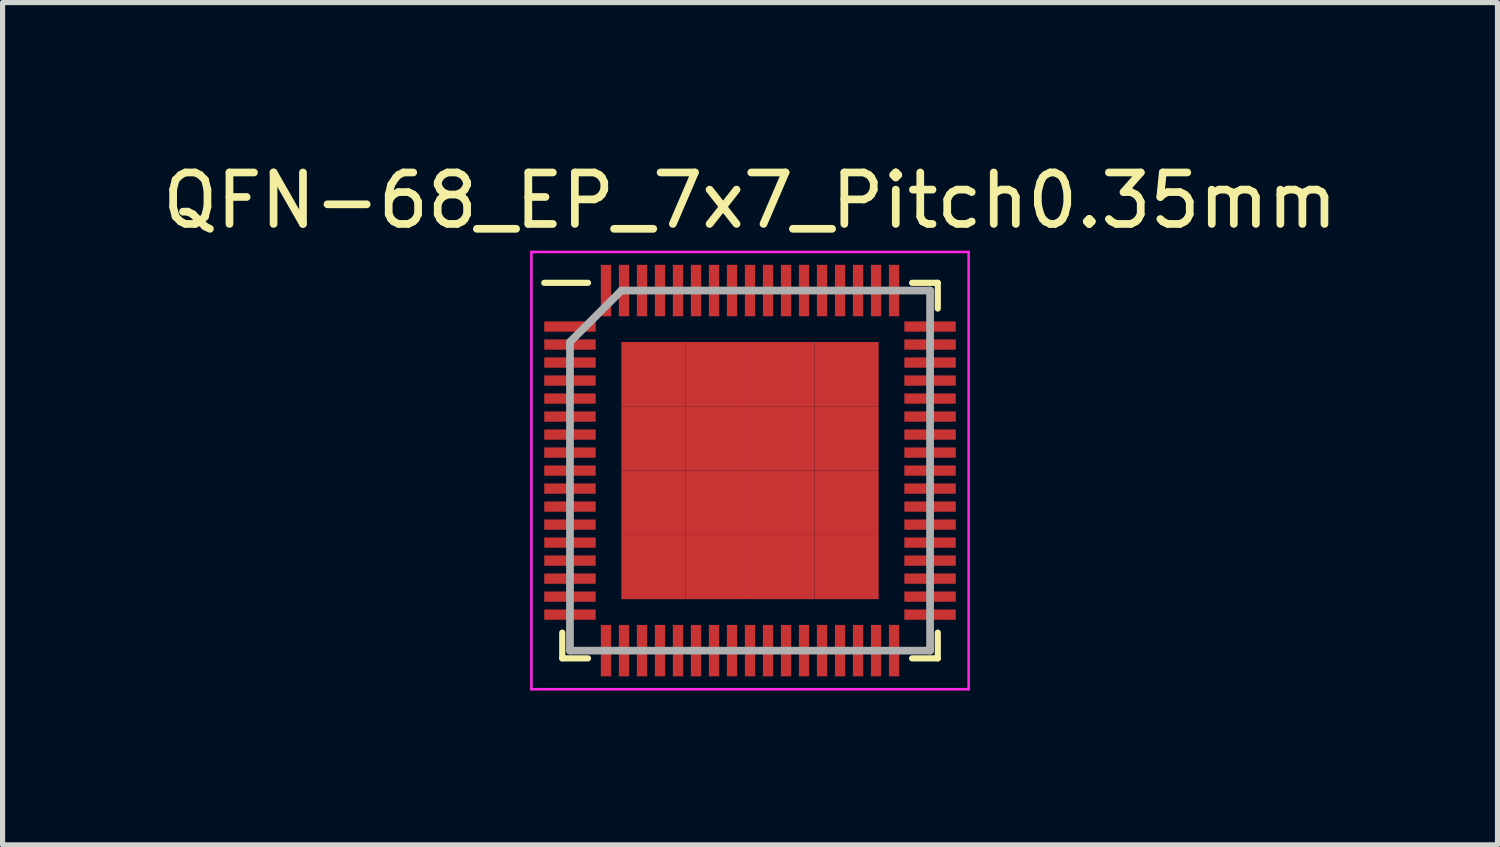
<source format=kicad_pcb>
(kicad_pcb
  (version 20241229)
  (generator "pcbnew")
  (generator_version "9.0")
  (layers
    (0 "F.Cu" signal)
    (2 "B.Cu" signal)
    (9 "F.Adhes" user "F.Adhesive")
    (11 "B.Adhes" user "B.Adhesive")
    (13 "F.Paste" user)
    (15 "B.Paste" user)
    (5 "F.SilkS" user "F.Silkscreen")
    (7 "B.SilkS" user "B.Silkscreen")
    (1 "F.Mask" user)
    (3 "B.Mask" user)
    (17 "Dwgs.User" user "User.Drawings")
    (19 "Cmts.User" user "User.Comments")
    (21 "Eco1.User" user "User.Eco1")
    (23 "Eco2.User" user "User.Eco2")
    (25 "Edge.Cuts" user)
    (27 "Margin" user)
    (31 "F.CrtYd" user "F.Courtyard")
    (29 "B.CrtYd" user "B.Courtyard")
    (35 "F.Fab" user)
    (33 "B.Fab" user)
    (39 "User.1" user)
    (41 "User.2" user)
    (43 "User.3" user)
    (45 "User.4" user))
  (footprint "QFN-68_EP_7x7_Pitch0.35mm"
    (layer "F.Cu")
    (at 11.53 6.098)
    (property "Reference" "QFN-68_EP_7x7_Pitch0.35mm" (at 0 -5.25 0) (layer "F.SilkS") (effects (font (size 1 1) (thickness 0.15))))
    (attr smd)
    (fp_line (start -3.65 3.65) (end -3.65 3.15) (stroke (width 0.12) (type solid)) (layer "F.SilkS"))
    (fp_line (start -3.15 -3.65) (end -4 -3.65) (stroke (width 0.12) (type solid)) (layer "F.SilkS"))
    (fp_line (start -3.15 3.65) (end -3.65 3.65) (stroke (width 0.12) (type solid)) (layer "F.SilkS"))
    (fp_line (start 3.15 -3.65) (end 3.65 -3.65) (stroke (width 0.12) (type solid)) (layer "F.SilkS"))
    (fp_line (start 3.15 3.65) (end 3.65 3.65) (stroke (width 0.12) (type solid)) (layer "F.SilkS"))
    (fp_line (start 3.65 -3.65) (end 3.65 -3.15) (stroke (width 0.12) (type solid)) (layer "F.SilkS"))
    (fp_line (start 3.65 3.65) (end 3.65 3.15) (stroke (width 0.12) (type solid)) (layer "F.SilkS"))
    (fp_line (start -4.25 -4.25) (end 4.25 -4.25) (stroke (width 0.05) (type solid)) (layer "F.CrtYd"))
    (fp_line (start -4.25 4.25) (end -4.25 -4.25) (stroke (width 0.05) (type solid)) (layer "F.CrtYd"))
    (fp_line (start 4.25 -4.25) (end 4.25 4.25) (stroke (width 0.05) (type solid)) (layer "F.CrtYd"))
    (fp_line (start 4.25 4.25) (end -4.25 4.25) (stroke (width 0.05) (type solid)) (layer "F.CrtYd"))
    (fp_line (start -3.5 -2.5) (end -3.5 3.5) (stroke (width 0.15) (type solid)) (layer "F.Fab"))
    (fp_line (start -3.5 3.5) (end 3.5 3.5) (stroke (width 0.15) (type solid)) (layer "F.Fab"))
    (fp_line (start -2.5 -3.5) (end -3.5 -2.5) (stroke (width 0.15) (type solid)) (layer "F.Fab"))
    (fp_line (start 3.5 -3.5) (end -2.5 -3.5) (stroke (width 0.15) (type solid)) (layer "F.Fab"))
    (fp_line (start 3.5 3.5) (end 3.5 -3.5) (stroke (width 0.15) (type solid)) (layer "F.Fab"))
    (pad "1" smd rect (at -3.5 -2.8 90) (size 0.2 1) (layers "F.Cu" "F.Mask" "F.Paste"))
    (pad "2" smd rect (at -3.5 -2.45 90) (size 0.2 1) (layers "F.Cu" "F.Mask" "F.Paste"))
    (pad "3" smd rect (at -3.5 -2.1 90) (size 0.2 1) (layers "F.Cu" "F.Mask" "F.Paste"))
    (pad "4" smd rect (at -3.5 -1.75 90) (size 0.2 1) (layers "F.Cu" "F.Mask" "F.Paste"))
    (pad "5" smd rect (at -3.5 -1.4 90) (size 0.2 1) (layers "F.Cu" "F.Mask" "F.Paste"))
    (pad "6" smd rect (at -3.5 -1.05 90) (size 0.2 1) (layers "F.Cu" "F.Mask" "F.Paste"))
    (pad "7" smd rect (at -3.5 -0.7 90) (size 0.2 1) (layers "F.Cu" "F.Mask" "F.Paste"))
    (pad "8" smd rect (at -3.5 -0.35 90) (size 0.2 1) (layers "F.Cu" "F.Mask" "F.Paste"))
    (pad "9" smd rect (at -3.5 0 90) (size 0.2 1) (layers "F.Cu" "F.Mask" "F.Paste"))
    (pad "10" smd rect (at -3.5 0.35 90) (size 0.2 1) (layers "F.Cu" "F.Mask" "F.Paste"))
    (pad "11" smd rect (at -3.5 0.7 90) (size 0.2 1) (layers "F.Cu" "F.Mask" "F.Paste"))
    (pad "12" smd rect (at -3.5 1.05 90) (size 0.2 1) (layers "F.Cu" "F.Mask" "F.Paste"))
    (pad "13" smd rect (at -3.5 1.4 90) (size 0.2 1) (layers "F.Cu" "F.Mask" "F.Paste"))
    (pad "14" smd rect (at -3.5 1.75 90) (size 0.2 1) (layers "F.Cu" "F.Mask" "F.Paste"))
    (pad "15" smd rect (at -3.5 2.1 90) (size 0.2 1) (layers "F.Cu" "F.Mask" "F.Paste"))
    (pad "16" smd rect (at -3.5 2.45 90) (size 0.2 1) (layers "F.Cu" "F.Mask" "F.Paste"))
    (pad "17" smd rect (at -3.5 2.8 90) (size 0.2 1) (layers "F.Cu" "F.Mask" "F.Paste"))
    (pad "18" smd rect (at -2.8 3.5) (size 0.2 1) (layers "F.Cu" "F.Mask" "F.Paste"))
    (pad "19" smd rect (at -2.45 3.5) (size 0.2 1) (layers "F.Cu" "F.Mask" "F.Paste"))
    (pad "20" smd rect (at -2.1 3.5) (size 0.2 1) (layers "F.Cu" "F.Mask" "F.Paste"))
    (pad "21" smd rect (at -1.75 3.5) (size 0.2 1) (layers "F.Cu" "F.Mask" "F.Paste"))
    (pad "22" smd rect (at -1.4 3.5) (size 0.2 1) (layers "F.Cu" "F.Mask" "F.Paste"))
    (pad "23" smd rect (at -1.05 3.5) (size 0.2 1) (layers "F.Cu" "F.Mask" "F.Paste"))
    (pad "24" smd rect (at -0.7 3.5) (size 0.2 1) (layers "F.Cu" "F.Mask" "F.Paste"))
    (pad "25" smd rect (at -0.35 3.5) (size 0.2 1) (layers "F.Cu" "F.Mask" "F.Paste"))
    (pad "26" smd rect (at 0 3.5) (size 0.2 1) (layers "F.Cu" "F.Mask" "F.Paste"))
    (pad "27" smd rect (at 0.35 3.5) (size 0.2 1) (layers "F.Cu" "F.Mask" "F.Paste"))
    (pad "28" smd rect (at 0.7 3.5) (size 0.2 1) (layers "F.Cu" "F.Mask" "F.Paste"))
    (pad "29" smd rect (at 1.05 3.5) (size 0.2 1) (layers "F.Cu" "F.Mask" "F.Paste"))
    (pad "30" smd rect (at 1.4 3.5) (size 0.2 1) (layers "F.Cu" "F.Mask" "F.Paste"))
    (pad "31" smd rect (at 1.75 3.5) (size 0.2 1) (layers "F.Cu" "F.Mask" "F.Paste"))
    (pad "32" smd rect (at 2.1 3.5) (size 0.2 1) (layers "F.Cu" "F.Mask" "F.Paste"))
    (pad "33" smd rect (at 2.45 3.5) (size 0.2 1) (layers "F.Cu" "F.Mask" "F.Paste"))
    (pad "34" smd rect (at 2.8 3.5) (size 0.2 1) (layers "F.Cu" "F.Mask" "F.Paste"))
    (pad "35" smd rect (at 3.5 2.8 90) (size 0.2 1) (layers "F.Cu" "F.Mask" "F.Paste"))
    (pad "36" smd rect (at 3.5 2.45 90) (size 0.2 1) (layers "F.Cu" "F.Mask" "F.Paste"))
    (pad "37" smd rect (at 3.5 2.1 90) (size 0.2 1) (layers "F.Cu" "F.Mask" "F.Paste"))
    (pad "38" smd rect (at 3.5 1.75 90) (size 0.2 1) (layers "F.Cu" "F.Mask" "F.Paste"))
    (pad "39" smd rect (at 3.5 1.4 90) (size 0.2 1) (layers "F.Cu" "F.Mask" "F.Paste"))
    (pad "40" smd rect (at 3.5 1.05 90) (size 0.2 1) (layers "F.Cu" "F.Mask" "F.Paste"))
    (pad "41" smd rect (at 3.5 0.7 90) (size 0.2 1) (layers "F.Cu" "F.Mask" "F.Paste"))
    (pad "42" smd rect (at 3.5 0.35 90) (size 0.2 1) (layers "F.Cu" "F.Mask" "F.Paste"))
    (pad "43" smd rect (at 3.5 0 90) (size 0.2 1) (layers "F.Cu" "F.Mask" "F.Paste"))
    (pad "44" smd rect (at 3.5 -0.35 90) (size 0.2 1) (layers "F.Cu" "F.Mask" "F.Paste"))
    (pad "45" smd rect (at 3.5 -0.7 90) (size 0.2 1) (layers "F.Cu" "F.Mask" "F.Paste"))
    (pad "46" smd rect (at 3.5 -1.05 90) (size 0.2 1) (layers "F.Cu" "F.Mask" "F.Paste"))
    (pad "47" smd rect (at 3.5 -1.4 90) (size 0.2 1) (layers "F.Cu" "F.Mask" "F.Paste"))
    (pad "48" smd rect (at 3.5 -1.75 90) (size 0.2 1) (layers "F.Cu" "F.Mask" "F.Paste"))
    (pad "49" smd rect (at 3.5 -2.1 90) (size 0.2 1) (layers "F.Cu" "F.Mask" "F.Paste"))
    (pad "50" smd rect (at 3.5 -2.45 90) (size 0.2 1) (layers "F.Cu" "F.Mask" "F.Paste"))
    (pad "51" smd rect (at 3.5 -2.8 90) (size 0.2 1) (layers "F.Cu" "F.Mask" "F.Paste"))
    (pad "52" smd rect (at 2.8 -3.5) (size 0.2 1) (layers "F.Cu" "F.Mask" "F.Paste"))
    (pad "53" smd rect (at 2.45 -3.5) (size 0.2 1) (layers "F.Cu" "F.Mask" "F.Paste"))
    (pad "54" smd rect (at 2.1 -3.5) (size 0.2 1) (layers "F.Cu" "F.Mask" "F.Paste"))
    (pad "55" smd rect (at 1.75 -3.5) (size 0.2 1) (layers "F.Cu" "F.Mask" "F.Paste"))
    (pad "56" smd rect (at 1.4 -3.5) (size 0.2 1) (layers "F.Cu" "F.Mask" "F.Paste"))
    (pad "57" smd rect (at 1.05 -3.5) (size 0.2 1) (layers "F.Cu" "F.Mask" "F.Paste"))
    (pad "58" smd rect (at 0.7 -3.5) (size 0.2 1) (layers "F.Cu" "F.Mask" "F.Paste"))
    (pad "59" smd rect (at 0.35 -3.5) (size 0.2 1) (layers "F.Cu" "F.Mask" "F.Paste"))
    (pad "60" smd rect (at 0 -3.5) (size 0.2 1) (layers "F.Cu" "F.Mask" "F.Paste"))
    (pad "61" smd rect (at -0.35 -3.5) (size 0.2 1) (layers "F.Cu" "F.Mask" "F.Paste"))
    (pad "62" smd rect (at -0.7 -3.5) (size 0.2 1) (layers "F.Cu" "F.Mask" "F.Paste"))
    (pad "63" smd rect (at -1.05 -3.5) (size 0.2 1) (layers "F.Cu" "F.Mask" "F.Paste"))
    (pad "64" smd rect (at -1.4 -3.5) (size 0.2 1) (layers "F.Cu" "F.Mask" "F.Paste"))
    (pad "65" smd rect (at -1.75 -3.5) (size 0.2 1) (layers "F.Cu" "F.Mask" "F.Paste"))
    (pad "66" smd rect (at -2.1 -3.5) (size 0.2 1) (layers "F.Cu" "F.Mask" "F.Paste"))
    (pad "67" smd rect (at -2.45 -3.5) (size 0.2 1) (layers "F.Cu" "F.Mask" "F.Paste"))
    (pad "68" smd rect (at -2.8 -3.5) (size 0.2 1) (layers "F.Cu" "F.Mask" "F.Paste"))
    (pad "69" smd rect (at -1.875 -1.875) (size 1.25 1.25) (layers "F.Cu" "F.Mask" "F.Paste"))
    (pad "69" smd rect (at -1.875 -0.625) (size 1.25 1.25) (layers "F.Cu" "F.Mask" "F.Paste"))
    (pad "69" smd rect (at -1.875 0.625) (size 1.25 1.25) (layers "F.Cu" "F.Mask" "F.Paste"))
    (pad "69" smd rect (at -1.875 1.875) (size 1.25 1.25) (layers "F.Cu" "F.Mask" "F.Paste"))
    (pad "69" smd rect (at -0.625 -1.875) (size 1.25 1.25) (layers "F.Cu" "F.Mask" "F.Paste"))
    (pad "69" smd rect (at -0.625 -0.625) (size 1.25 1.25) (layers "F.Cu" "F.Mask" "F.Paste"))
    (pad "69" smd rect (at -0.625 0.625) (size 1.25 1.25) (layers "F.Cu" "F.Mask" "F.Paste"))
    (pad "69" smd rect (at -0.625 1.875) (size 1.25 1.25) (layers "F.Cu" "F.Mask" "F.Paste"))
    (pad "69" smd rect (at 0.625 -1.875) (size 1.25 1.25) (layers "F.Cu" "F.Mask" "F.Paste"))
    (pad "69" smd rect (at 0.625 -0.625) (size 1.25 1.25) (layers "F.Cu" "F.Mask" "F.Paste"))
    (pad "69" smd rect (at 0.625 0.625) (size 1.25 1.25) (layers "F.Cu" "F.Mask" "F.Paste"))
    (pad "69" smd rect (at 0.625 1.875) (size 1.25 1.25) (layers "F.Cu" "F.Mask" "F.Paste"))
    (pad "69" smd rect (at 1.875 -1.875) (size 1.25 1.25) (layers "F.Cu" "F.Mask" "F.Paste"))
    (pad "69" smd rect (at 1.875 -0.625) (size 1.25 1.25) (layers "F.Cu" "F.Mask" "F.Paste"))
    (pad "69" smd rect (at 1.875 0.625) (size 1.25 1.25) (layers "F.Cu" "F.Mask" "F.Paste"))
    (pad "69" smd rect (at 1.875 1.875) (size 1.25 1.25) (layers "F.Cu" "F.Mask" "F.Paste")))
  (gr_rect
    (start -3 -3)
    (end 26.06 13.373)
    (stroke (width 0.1) (type default))
    (fill no)
    (layer "Edge.Cuts")))
</source>
